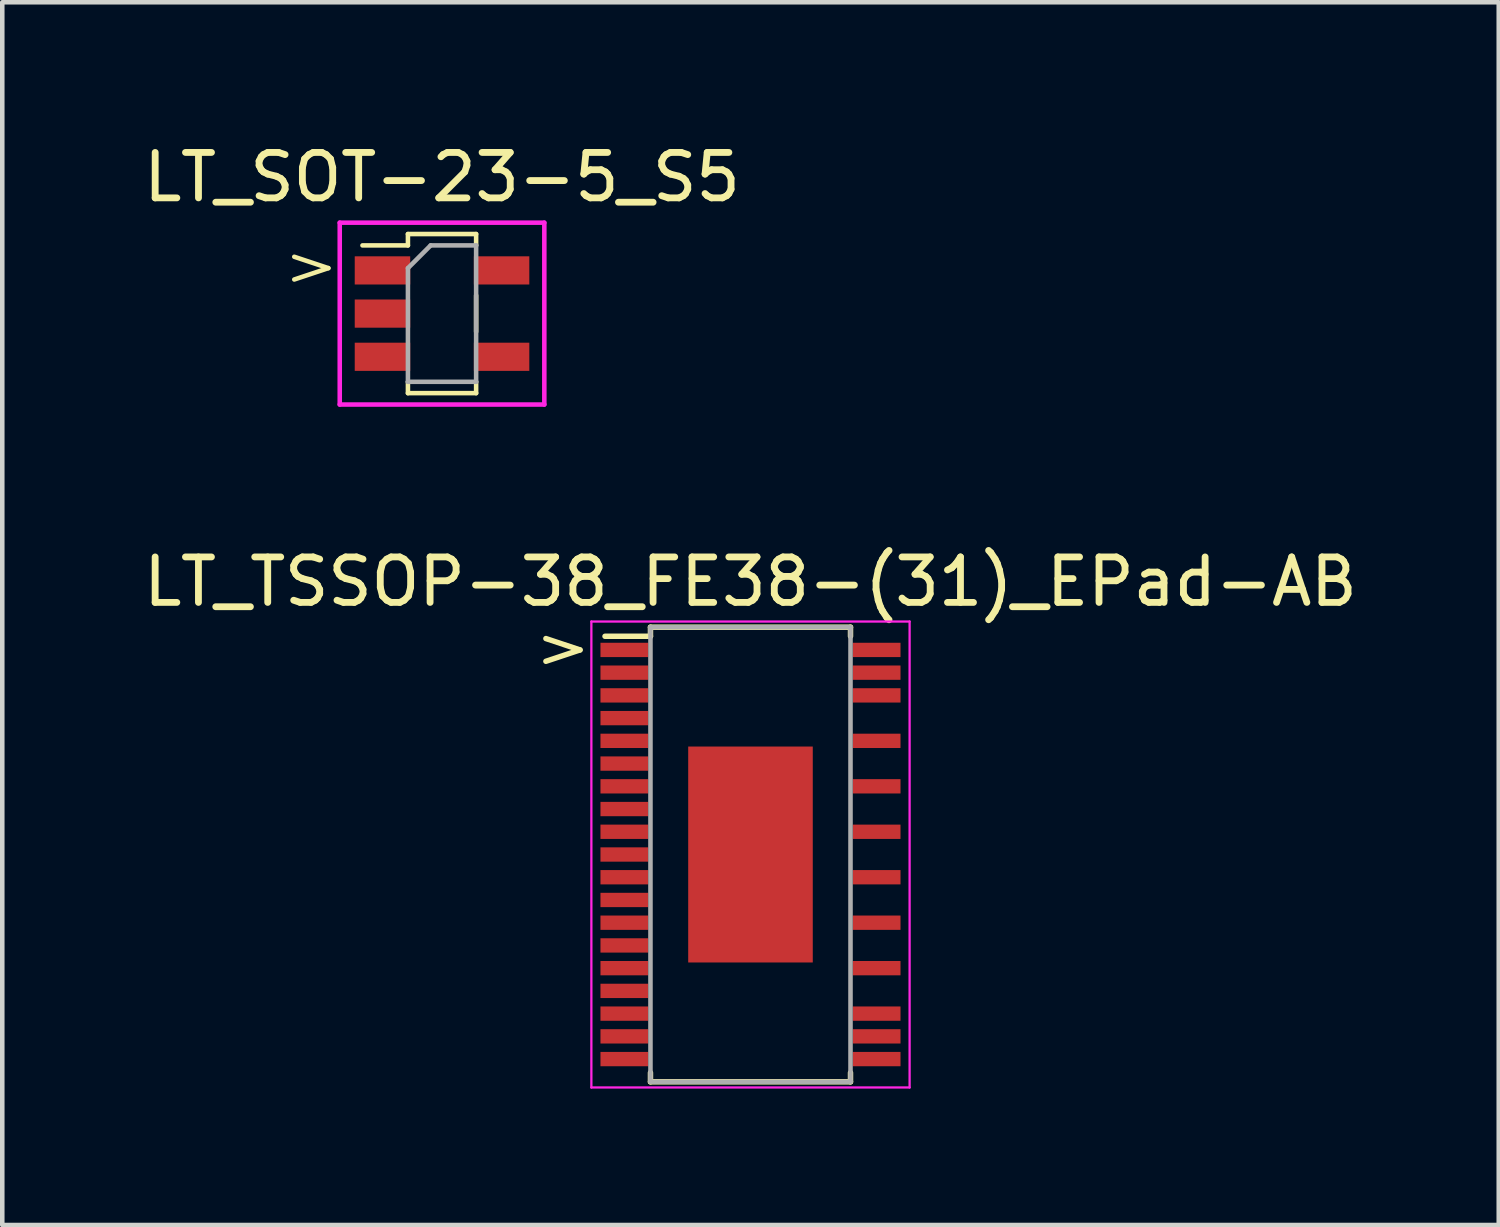
<source format=kicad_pcb>
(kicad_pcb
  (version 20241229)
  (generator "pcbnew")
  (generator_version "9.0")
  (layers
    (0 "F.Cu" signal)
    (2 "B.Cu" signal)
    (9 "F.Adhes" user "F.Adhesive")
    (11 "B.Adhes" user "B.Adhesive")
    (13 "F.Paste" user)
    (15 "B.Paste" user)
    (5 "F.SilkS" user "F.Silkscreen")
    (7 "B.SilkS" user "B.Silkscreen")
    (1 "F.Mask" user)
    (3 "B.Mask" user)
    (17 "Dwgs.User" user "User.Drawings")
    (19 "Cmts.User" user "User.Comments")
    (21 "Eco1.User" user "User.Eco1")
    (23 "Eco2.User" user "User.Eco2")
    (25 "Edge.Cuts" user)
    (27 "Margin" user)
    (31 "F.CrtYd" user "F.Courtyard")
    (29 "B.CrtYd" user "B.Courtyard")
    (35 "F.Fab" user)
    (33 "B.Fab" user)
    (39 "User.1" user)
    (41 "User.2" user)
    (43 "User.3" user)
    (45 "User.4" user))
  (footprint "LT_SOT-23-5_S5"
    (layer "F.Cu")
    (at 6.673 3.848)
    (property "Reference" "LT_SOT-23-5_S5" (at 0 -3 0) (layer "F.SilkS") (effects (font (size 1 1) (thickness 0.15))))
    (attr smd)
    (fp_line (start -3.25 -1.25) (end -2.5 -1) (stroke (width 0.1) (type solid)) (layer "F.SilkS"))
    (fp_line (start -2.5 -1) (end -3.25 -0.75) (stroke (width 0.1) (type solid)) (layer "F.SilkS"))
    (fp_line (start -0.75 -1.75) (end -0.75 -1.5) (stroke (width 0.1) (type solid)) (layer "F.SilkS"))
    (fp_line (start -0.75 -1.75) (end 0.75 -1.75) (stroke (width 0.1) (type solid)) (layer "F.SilkS"))
    (fp_line (start -0.75 -1.5) (end -1.75 -1.5) (stroke (width 0.1) (type solid)) (layer "F.SilkS"))
    (fp_line (start -0.75 1.75) (end -0.75 1.5) (stroke (width 0.1) (type solid)) (layer "F.SilkS"))
    (fp_line (start -0.75 1.75) (end 0.75 1.75) (stroke (width 0.1) (type solid)) (layer "F.SilkS"))
    (fp_line (start 0.75 -1.75) (end 0.75 -1.5) (stroke (width 0.1) (type solid)) (layer "F.SilkS"))
    (fp_line (start 0.75 -0.4) (end 0.75 0.4) (stroke (width 0.1) (type solid)) (layer "F.SilkS"))
    (fp_line (start 0.75 1.75) (end 0.75 1.5) (stroke (width 0.1) (type solid)) (layer "F.SilkS"))
    (fp_line (start -2.25 -2) (end 2.25 -2) (stroke (width 0.1) (type solid)) (layer "F.CrtYd"))
    (fp_line (start -2.25 2) (end -2.25 -2) (stroke (width 0.1) (type solid)) (layer "F.CrtYd"))
    (fp_line (start 2.25 -2) (end 2.25 2) (stroke (width 0.1) (type solid)) (layer "F.CrtYd"))
    (fp_line (start 2.25 2) (end -2.25 2) (stroke (width 0.1) (type solid)) (layer "F.CrtYd"))
    (fp_line (start -0.75 -1) (end -0.75 1.5) (stroke (width 0.1) (type solid)) (layer "F.Fab"))
    (fp_line (start -0.75 -1) (end -0.25 -1.5) (stroke (width 0.1) (type solid)) (layer "F.Fab"))
    (fp_line (start -0.75 1.5) (end 0.75 1.5) (stroke (width 0.1) (type solid)) (layer "F.Fab"))
    (fp_line (start -0.25 -1.5) (end 0.75 -1.5) (stroke (width 0.1) (type solid)) (layer "F.Fab"))
    (fp_line (start 0.75 1.5) (end 0.75 -1.5) (stroke (width 0.1) (type solid)) (layer "F.Fab"))
    (pad "1" smd rect (at -1.31 -0.95) (size 1.22 0.62) (layers "F.Cu" "F.Mask" "F.Paste"))
    (pad "2" smd rect (at -1.31 0) (size 1.22 0.62) (layers "F.Cu" "F.Mask" "F.Paste"))
    (pad "3" smd rect (at -1.31 0.95) (size 1.22 0.62) (layers "F.Cu" "F.Mask" "F.Paste"))
    (pad "4" smd rect (at 1.31 0.95) (size 1.22 0.62) (layers "F.Cu" "F.Mask" "F.Paste"))
    (pad "5" smd rect (at 1.31 -0.95) (size 1.22 0.62) (layers "F.Cu" "F.Mask" "F.Paste")))
  (footprint "LT_TSSOP-38_FE38-(31)_EPad-AB"
    (layer "F.Cu")
    (at 13.458 15.746)
    (property "Reference" "LT_TSSOP-38_FE38-(31)_EPad-AB" (at 0 -6 0) (layer "F.SilkS") (effects (font (size 1 1) (thickness 0.15))))
    (attr through_hole)
    (fp_line (start -4.5 -4.75) (end -3.75 -4.5) (stroke (width 0.12) (type solid)) (layer "F.SilkS"))
    (fp_line (start -3.75 -4.5) (end -4.5 -4.25) (stroke (width 0.12) (type solid)) (layer "F.SilkS"))
    (fp_line (start -2.2 -5) (end 2.2 -5) (stroke (width 0.12) (type solid)) (layer "F.SilkS"))
    (fp_line (start -2.2 -4.8) (end -3.2 -4.8) (stroke (width 0.12) (type solid)) (layer "F.SilkS"))
    (fp_line (start -2.2 -4.8) (end -2.2 -5) (stroke (width 0.12) (type solid)) (layer "F.SilkS"))
    (fp_line (start -2.2 4.8) (end -2.2 5) (stroke (width 0.12) (type solid)) (layer "F.SilkS"))
    (fp_line (start -2.2 5) (end 2.2 5) (stroke (width 0.12) (type solid)) (layer "F.SilkS"))
    (fp_line (start 2.2 -5) (end 2.2 -4.8) (stroke (width 0.12) (type solid)) (layer "F.SilkS"))
    (fp_line (start 2.2 5) (end 2.2 4.8) (stroke (width 0.12) (type solid)) (layer "F.SilkS"))
    (fp_line (start -3.5 -5.125) (end -3.5 5.125) (stroke (width 0.05) (type solid)) (layer "F.CrtYd"))
    (fp_line (start -3.5 -5.125) (end 3.5 -5.125) (stroke (width 0.05) (type solid)) (layer "F.CrtYd"))
    (fp_line (start -3.5 5.125) (end 3.5 5.125) (stroke (width 0.05) (type solid)) (layer "F.CrtYd"))
    (fp_line (start 3.5 -5.125) (end 3.5 5.125) (stroke (width 0.05) (type solid)) (layer "F.CrtYd"))
    (fp_line (start -2.2 -5) (end -2.2 5) (stroke (width 0.1) (type solid)) (layer "F.Fab"))
    (fp_line (start -2.2 5) (end 2.2 5) (stroke (width 0.1) (type solid)) (layer "F.Fab"))
    (fp_line (start 2.2 -5) (end -2.2 -5) (stroke (width 0.1) (type solid)) (layer "F.Fab"))
    (fp_line (start 2.2 5) (end 2.2 -5) (stroke (width 0.1) (type solid)) (layer "F.Fab"))
    (pad "1" smd rect (at -2.775 -4.5) (size 1.05 0.315) (layers "F.Cu" "F.Mask" "F.Paste"))
    (pad "2" smd rect (at -2.775 -4) (size 1.05 0.315) (layers "F.Cu" "F.Mask" "F.Paste"))
    (pad "3" smd rect (at -2.775 -3.5) (size 1.05 0.315) (layers "F.Cu" "F.Mask" "F.Paste"))
    (pad "4" smd rect (at -2.775 -3) (size 1.05 0.315) (layers "F.Cu" "F.Mask" "F.Paste"))
    (pad "5" smd rect (at -2.775 -2.5) (size 1.05 0.315) (layers "F.Cu" "F.Mask" "F.Paste"))
    (pad "6" smd rect (at -2.775 -2) (size 1.05 0.315) (layers "F.Cu" "F.Mask" "F.Paste"))
    (pad "7" smd rect (at -2.775 -1.5) (size 1.05 0.315) (layers "F.Cu" "F.Mask" "F.Paste"))
    (pad "8" smd rect (at -2.775 -1) (size 1.05 0.315) (layers "F.Cu" "F.Mask" "F.Paste"))
    (pad "9" smd rect (at -2.775 -0.5) (size 1.05 0.315) (layers "F.Cu" "F.Mask" "F.Paste"))
    (pad "10" smd rect (at -2.775 0) (size 1.05 0.315) (layers "F.Cu" "F.Mask" "F.Paste"))
    (pad "11" smd rect (at -2.775 0.5) (size 1.05 0.315) (layers "F.Cu" "F.Mask" "F.Paste"))
    (pad "12" smd rect (at -2.775 1) (size 1.05 0.315) (layers "F.Cu" "F.Mask" "F.Paste"))
    (pad "13" smd rect (at -2.775 1.5) (size 1.05 0.315) (layers "F.Cu" "F.Mask" "F.Paste"))
    (pad "14" smd rect (at -2.775 2) (size 1.05 0.315) (layers "F.Cu" "F.Mask" "F.Paste"))
    (pad "15" smd rect (at -2.775 2.5) (size 1.05 0.315) (layers "F.Cu" "F.Mask" "F.Paste"))
    (pad "16" smd rect (at -2.775 3) (size 1.05 0.315) (layers "F.Cu" "F.Mask" "F.Paste"))
    (pad "17" smd rect (at -2.775 3.5) (size 1.05 0.315) (layers "F.Cu" "F.Mask" "F.Paste"))
    (pad "18" smd rect (at -2.775 4) (size 1.05 0.315) (layers "F.Cu" "F.Mask" "F.Paste"))
    (pad "19" smd rect (at -2.775 4.5) (size 1.05 0.315) (layers "F.Cu" "F.Mask" "F.Paste"))
    (pad "20" smd rect (at 2.775 4.5) (size 1.05 0.315) (layers "F.Cu" "F.Mask" "F.Paste"))
    (pad "21" smd rect (at 2.775 4) (size 1.05 0.315) (layers "F.Cu" "F.Mask" "F.Paste"))
    (pad "22" smd rect (at 2.775 3.5) (size 1.05 0.315) (layers "F.Cu" "F.Mask" "F.Paste"))
    (pad "24" smd rect (at 2.775 2.5) (size 1.05 0.315) (layers "F.Cu" "F.Mask" "F.Paste"))
    (pad "26" smd rect (at 2.775 1.5) (size 1.05 0.315) (layers "F.Cu" "F.Mask" "F.Paste"))
    (pad "28" smd rect (at 2.775 0.5) (size 1.05 0.315) (layers "F.Cu" "F.Mask" "F.Paste"))
    (pad "30" smd rect (at 2.775 -0.5) (size 1.05 0.315) (layers "F.Cu" "F.Mask" "F.Paste"))
    (pad "32" smd rect (at 2.775 -1.5) (size 1.05 0.315) (layers "F.Cu" "F.Mask" "F.Paste"))
    (pad "34" smd rect (at 2.775 -2.5) (size 1.05 0.315) (layers "F.Cu" "F.Mask" "F.Paste"))
    (pad "36" smd rect (at 2.775 -3.5) (size 1.05 0.315) (layers "F.Cu" "F.Mask" "F.Paste"))
    (pad "37" smd rect (at 2.775 -4) (size 1.05 0.315) (layers "F.Cu" "F.Mask" "F.Paste"))
    (pad "38" smd rect (at 2.775 -4.5) (size 1.05 0.315) (layers "F.Cu" "F.Mask" "F.Paste"))
    (pad "39" smd rect (at 0 0) (size 2.74 4.75) (layers "F.Cu" "F.Mask" "F.Paste")))
  (gr_rect
    (start -3 -3)
    (end 29.917 23.896)
    (stroke (width 0.1) (type default))
    (fill no)
    (layer "Edge.Cuts")))
</source>
